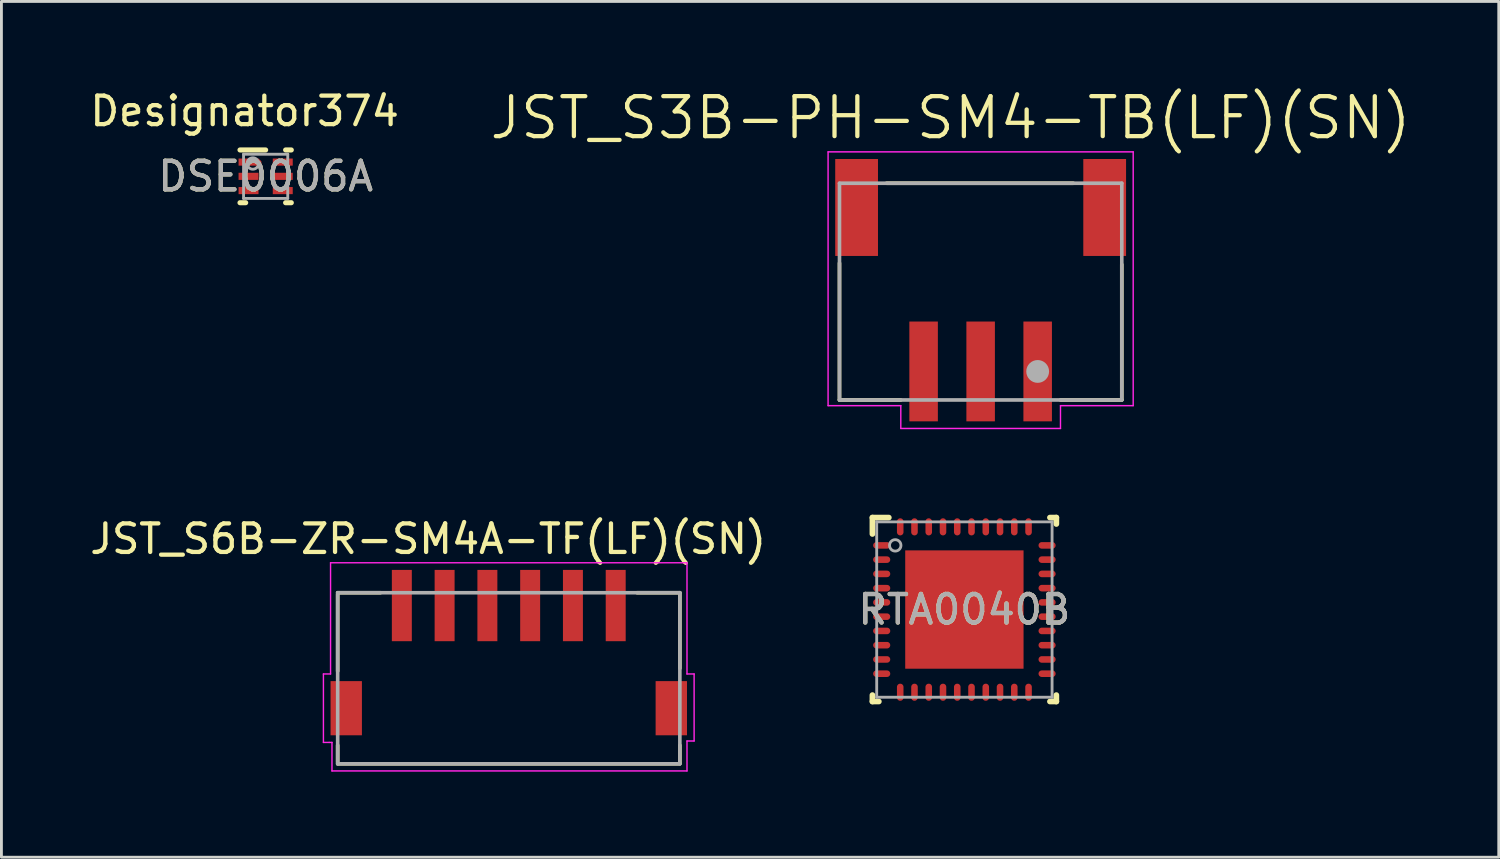
<source format=kicad_pcb>
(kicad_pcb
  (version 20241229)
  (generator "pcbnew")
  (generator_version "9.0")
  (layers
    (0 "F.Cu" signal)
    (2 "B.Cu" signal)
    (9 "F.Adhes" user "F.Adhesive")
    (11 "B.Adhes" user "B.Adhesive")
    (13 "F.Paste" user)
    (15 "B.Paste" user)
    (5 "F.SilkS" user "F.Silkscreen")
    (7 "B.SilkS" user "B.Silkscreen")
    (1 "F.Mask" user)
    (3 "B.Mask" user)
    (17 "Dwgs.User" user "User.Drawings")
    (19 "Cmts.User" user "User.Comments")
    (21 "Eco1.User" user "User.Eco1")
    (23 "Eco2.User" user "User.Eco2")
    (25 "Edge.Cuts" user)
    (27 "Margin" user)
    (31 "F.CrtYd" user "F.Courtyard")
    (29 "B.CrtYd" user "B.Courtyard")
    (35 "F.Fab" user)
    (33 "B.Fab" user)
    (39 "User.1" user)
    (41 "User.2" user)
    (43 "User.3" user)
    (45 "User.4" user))
  (footprint "JST_S3B-PH-SM4-TB(LF)(SN)"
    (layer "F.Cu")
    (at 31.34 9.976)
    (property "Reference" "JST_S3B-PH-SM4-TB(LF)(SN)" (at -1.055 -8.893 0) (layer "F.SilkS") (effects (font (size 1.401 1.401) (thickness 0.15))))
    (attr smd)
    (fp_line (start -4.95 -3.8) (end -4.95 1) (stroke (width 0.127) (type solid)) (layer "F.SilkS"))
    (fp_line (start -4.95 1) (end -2.8 1) (stroke (width 0.127) (type solid)) (layer "F.SilkS"))
    (fp_line (start -3.3 -6.6) (end 3.25 -6.6) (stroke (width 0.127) (type solid)) (layer "F.SilkS"))
    (fp_line (start 2.8 1) (end 4.95 1) (stroke (width 0.127) (type solid)) (layer "F.SilkS"))
    (fp_line (start 4.95 1) (end 4.95 -3.75) (stroke (width 0.127) (type solid)) (layer "F.SilkS"))
    (fp_line (start -5.35 -7.7) (end 5.35 -7.7) (stroke (width 0.05) (type solid)) (layer "F.CrtYd"))
    (fp_line (start -5.35 1.2) (end -5.35 -7.7) (stroke (width 0.05) (type solid)) (layer "F.CrtYd"))
    (fp_line (start -5.35 1.2) (end -2.8 1.2) (stroke (width 0.05) (type default)) (layer "F.CrtYd"))
    (fp_line (start -2.8 1.2) (end -2.8 2) (stroke (width 0.05) (type default)) (layer "F.CrtYd"))
    (fp_line (start 2.8 1.2) (end 2.8 2) (stroke (width 0.05) (type default)) (layer "F.CrtYd"))
    (fp_line (start 2.8 2) (end -2.8 2) (stroke (width 0.05) (type solid)) (layer "F.CrtYd"))
    (fp_line (start 5.35 -7.7) (end 5.35 1.2) (stroke (width 0.05) (type solid)) (layer "F.CrtYd"))
    (fp_line (start 5.35 1.2) (end 2.8 1.2) (stroke (width 0.05) (type default)) (layer "F.CrtYd"))
    (fp_line (start -4.95 -6.6) (end -4.95 1) (stroke (width 0.127) (type solid)) (layer "F.Fab"))
    (fp_line (start -4.95 1) (end 4.95 1) (stroke (width 0.127) (type solid)) (layer "F.Fab"))
    (fp_line (start 4.95 -6.6) (end -4.95 -6.6) (stroke (width 0.127) (type solid)) (layer "F.Fab"))
    (fp_line (start 4.95 1) (end 4.95 -6.6) (stroke (width 0.127) (type solid)) (layer "F.Fab"))
    (fp_circle (center 2 0) (end 2.2 0) (stroke (width 0.4) (type solid)) (fill no) (layer "F.Fab"))
    (pad "1" smd rect (at 2 0 180) (size 1 3.5) (layers "F.Cu" "F.Mask" "F.Paste"))
    (pad "2" smd rect (at 0 0 180) (size 1 3.5) (layers "F.Cu" "F.Mask" "F.Paste"))
    (pad "3" smd rect (at -2 0 180) (size 1 3.5) (layers "F.Cu" "F.Mask" "F.Paste"))
    (pad "P1" smd rect (at -4.35 -5.75) (size 1.5 3.4) (layers "F.Cu" "F.Mask" "F.Paste"))
    (pad "P2" smd rect (at 4.35 -5.75) (size 1.5 3.4) (layers "F.Cu" "F.Mask" "F.Paste")))
  (footprint "RTA0040B"
    (layer "F.Cu")
    (at 30.77 18.326)
    (property "Reference" "RTA0040B" (at 0 0 0) (unlocked yes) (layer "F.SilkS") (effects (font (size 1 1) (thickness 0.15))))
    (attr smd)
    (fp_line (start -3.225 -3.225) (end -2.65 -3.225) (stroke (width 0.2) (type solid)) (layer "F.SilkS"))
    (fp_line (start -3.225 -2.65) (end -3.225 -3.225) (stroke (width 0.2) (type solid)) (layer "F.SilkS"))
    (fp_line (start -3.225 3.225) (end -3.225 3) (stroke (width 0.2) (type solid)) (layer "F.SilkS"))
    (fp_line (start -3.225 3.225) (end -3 3.225) (stroke (width 0.2) (type solid)) (layer "F.SilkS"))
    (fp_line (start 3 -3.225) (end 3.225 -3.225) (stroke (width 0.2) (type solid)) (layer "F.SilkS"))
    (fp_line (start 3 3.225) (end 3.225 3.225) (stroke (width 0.2) (type solid)) (layer "F.SilkS"))
    (fp_line (start 3.225 -3) (end 3.225 -3.225) (stroke (width 0.2) (type solid)) (layer "F.SilkS"))
    (fp_line (start 3.225 3.225) (end 3.225 3) (stroke (width 0.2) (type solid)) (layer "F.SilkS"))
    (fp_poly (pts (xy -1.955 -0.785) (xy -0.785 -0.785) (xy -0.785 -1.955) (xy -1.955 -1.955)) (stroke (width 0) (type solid)) (fill yes) (layer "F.Paste"))
    (fp_poly (pts (xy -1.955 0.585) (xy -0.785 0.585) (xy -0.785 -0.585) (xy -1.955 -0.585)) (stroke (width 0) (type solid)) (fill yes) (layer "F.Paste"))
    (fp_poly (pts (xy -1.955 1.955) (xy -0.785 1.955) (xy -0.785 0.785) (xy -1.955 0.785)) (stroke (width 0) (type solid)) (fill yes) (layer "F.Paste"))
    (fp_poly (pts (xy -0.585 -0.785) (xy 0.585 -0.785) (xy 0.585 -1.955) (xy -0.585 -1.955)) (stroke (width 0) (type solid)) (fill yes) (layer "F.Paste"))
    (fp_poly (pts (xy -0.585 0.585) (xy 0.585 0.585) (xy 0.585 -0.585) (xy -0.585 -0.585)) (stroke (width 0) (type solid)) (fill yes) (layer "F.Paste"))
    (fp_poly (pts (xy -0.585 1.955) (xy 0.585 1.955) (xy 0.585 0.785) (xy -0.585 0.785)) (stroke (width 0) (type solid)) (fill yes) (layer "F.Paste"))
    (fp_poly (pts (xy 0.785 -0.785) (xy 1.955 -0.785) (xy 1.955 -1.955) (xy 0.785 -1.955)) (stroke (width 0) (type solid)) (fill yes) (layer "F.Paste"))
    (fp_poly (pts (xy 0.785 0.585) (xy 1.955 0.585) (xy 1.955 -0.585) (xy 0.785 -0.585)) (stroke (width 0) (type solid)) (fill yes) (layer "F.Paste"))
    (fp_poly (pts (xy 0.785 1.955) (xy 1.955 1.955) (xy 1.955 0.785) (xy 0.785 0.785)) (stroke (width 0) (type solid)) (fill yes) (layer "F.Paste"))
    (fp_line (start -3.075 -3.075) (end 3.075 -3.075) (stroke (width 0.1) (type solid)) (layer "F.Fab"))
    (fp_line (start -3.075 3.075) (end -3.075 -3.075) (stroke (width 0.1) (type solid)) (layer "F.Fab"))
    (fp_line (start -3.075 3.075) (end 3.075 3.075) (stroke (width 0.1) (type solid)) (layer "F.Fab"))
    (fp_line (start 3.075 3.075) (end 3.075 -3.075) (stroke (width 0.1) (type solid)) (layer "F.Fab"))
    (fp_circle (center -2.425 -2.25) (end -2.225 -2.25) (stroke (width 0.1) (type solid)) (fill no) (layer "F.Fab"))
    (fp_text user "${REFERENCE}" (at 0 0 0) (unlocked yes) (layer "F.Fab") (effects (font (size 1 1) (thickness 0.15))))
    (pad "1" smd oval (at -2.9 -2.25 90) (size 0.23 0.6) (layers "F.Cu" "F.Mask" "F.Paste"))
    (pad "2" smd oval (at -2.9 -1.75 90) (size 0.23 0.6) (layers "F.Cu" "F.Mask" "F.Paste"))
    (pad "3" smd oval (at -2.9 -1.25 90) (size 0.23 0.6) (layers "F.Cu" "F.Mask" "F.Paste"))
    (pad "4" smd oval (at -2.9 -0.75 90) (size 0.23 0.6) (layers "F.Cu" "F.Mask" "F.Paste"))
    (pad "5" smd oval (at -2.9 -0.25 90) (size 0.23 0.6) (layers "F.Cu" "F.Mask" "F.Paste"))
    (pad "6" smd oval (at -2.9 0.25 90) (size 0.23 0.6) (layers "F.Cu" "F.Mask" "F.Paste"))
    (pad "7" smd oval (at -2.9 0.75 90) (size 0.23 0.6) (layers "F.Cu" "F.Mask" "F.Paste"))
    (pad "8" smd oval (at -2.9 1.25 90) (size 0.23 0.6) (layers "F.Cu" "F.Mask" "F.Paste"))
    (pad "9" smd oval (at -2.9 1.75 90) (size 0.23 0.6) (layers "F.Cu" "F.Mask" "F.Paste"))
    (pad "10" smd oval (at -2.9 2.25 90) (size 0.23 0.6) (layers "F.Cu" "F.Mask" "F.Paste"))
    (pad "11" smd oval (at -2.25 2.9) (size 0.23 0.6) (layers "F.Cu" "F.Mask" "F.Paste"))
    (pad "12" smd oval (at -1.75 2.9) (size 0.23 0.6) (layers "F.Cu" "F.Mask" "F.Paste"))
    (pad "13" smd oval (at -1.25 2.9) (size 0.23 0.6) (layers "F.Cu" "F.Mask" "F.Paste"))
    (pad "14" smd oval (at -0.75 2.9) (size 0.23 0.6) (layers "F.Cu" "F.Mask" "F.Paste"))
    (pad "15" smd oval (at -0.25 2.9) (size 0.23 0.6) (layers "F.Cu" "F.Mask" "F.Paste"))
    (pad "16" smd oval (at 0.25 2.9) (size 0.23 0.6) (layers "F.Cu" "F.Mask" "F.Paste"))
    (pad "17" smd oval (at 0.75 2.9) (size 0.23 0.6) (layers "F.Cu" "F.Mask" "F.Paste"))
    (pad "18" smd oval (at 1.25 2.9) (size 0.23 0.6) (layers "F.Cu" "F.Mask" "F.Paste"))
    (pad "19" smd oval (at 1.75 2.9) (size 0.23 0.6) (layers "F.Cu" "F.Mask" "F.Paste"))
    (pad "20" smd oval (at 2.25 2.9) (size 0.23 0.6) (layers "F.Cu" "F.Mask" "F.Paste"))
    (pad "21" smd oval (at 2.9 2.25 90) (size 0.23 0.6) (layers "F.Cu" "F.Mask" "F.Paste"))
    (pad "22" smd oval (at 2.9 1.75 90) (size 0.23 0.6) (layers "F.Cu" "F.Mask" "F.Paste"))
    (pad "23" smd oval (at 2.9 1.25 90) (size 0.23 0.6) (layers "F.Cu" "F.Mask" "F.Paste"))
    (pad "24" smd oval (at 2.9 0.75 90) (size 0.23 0.6) (layers "F.Cu" "F.Mask" "F.Paste"))
    (pad "25" smd oval (at 2.9 0.25 90) (size 0.23 0.6) (layers "F.Cu" "F.Mask" "F.Paste"))
    (pad "26" smd oval (at 2.9 -0.25 90) (size 0.23 0.6) (layers "F.Cu" "F.Mask" "F.Paste"))
    (pad "27" smd oval (at 2.9 -0.75 90) (size 0.23 0.6) (layers "F.Cu" "F.Mask" "F.Paste"))
    (pad "28" smd oval (at 2.9 -1.25 90) (size 0.23 0.6) (layers "F.Cu" "F.Mask" "F.Paste"))
    (pad "29" smd oval (at 2.9 -1.75 90) (size 0.23 0.6) (layers "F.Cu" "F.Mask" "F.Paste"))
    (pad "30" smd oval (at 2.9 -2.25 90) (size 0.23 0.6) (layers "F.Cu" "F.Mask" "F.Paste"))
    (pad "31" smd oval (at 2.25 -2.9) (size 0.23 0.6) (layers "F.Cu" "F.Mask" "F.Paste"))
    (pad "32" smd oval (at 1.75 -2.9) (size 0.23 0.6) (layers "F.Cu" "F.Mask" "F.Paste"))
    (pad "33" smd oval (at 1.25 -2.9) (size 0.23 0.6) (layers "F.Cu" "F.Mask" "F.Paste"))
    (pad "34" smd oval (at 0.75 -2.9) (size 0.23 0.6) (layers "F.Cu" "F.Mask" "F.Paste"))
    (pad "35" smd oval (at 0.25 -2.9) (size 0.23 0.6) (layers "F.Cu" "F.Mask" "F.Paste"))
    (pad "36" smd oval (at -0.25 -2.9) (size 0.23 0.6) (layers "F.Cu" "F.Mask" "F.Paste"))
    (pad "37" smd oval (at -0.75 -2.9) (size 0.23 0.6) (layers "F.Cu" "F.Mask" "F.Paste"))
    (pad "38" smd oval (at -1.25 -2.9) (size 0.23 0.6) (layers "F.Cu" "F.Mask" "F.Paste"))
    (pad "39" smd oval (at -1.75 -2.9) (size 0.23 0.6) (layers "F.Cu" "F.Mask" "F.Paste"))
    (pad "40" smd oval (at -2.25 -2.9) (size 0.23 0.6) (layers "F.Cu" "F.Mask" "F.Paste"))
    (pad "41" smd rect (at 0 0) (size 4.15 4.15) (layers "F.Cu" "F.Mask")))
  (footprint "JST_S6B-ZR-SM4A-TF(LF)(SN)"
    (layer "F.Cu")
    (at 14.792 18.186)
    (property "Reference" "JST_S6B-ZR-SM4A-TF(LF)(SN)" (at -2.827 -2.336 0) (layer "F.SilkS") (effects (font (size 1.001 1.001) (thickness 0.15))))
    (attr smd)
    (fp_line (start -6 -0.45) (end -4.5 -0.45) (stroke (width 0.127) (type solid)) (layer "F.SilkS"))
    (fp_line (start -6 -0.4) (end -6 2.3) (stroke (width 0.127) (type solid)) (layer "F.SilkS"))
    (fp_line (start -6 5.5) (end -6 4.9) (stroke (width 0.127) (type solid)) (layer "F.SilkS"))
    (fp_line (start 6 -0.45) (end 4.5 -0.45) (stroke (width 0.127) (type solid)) (layer "F.SilkS"))
    (fp_line (start 6 -0.4) (end 6 2.2) (stroke (width 0.127) (type solid)) (layer "F.SilkS"))
    (fp_line (start 6 5.5) (end 6 4.9) (stroke (width 0.127) (type solid)) (layer "F.SilkS"))
    (fp_line (start 6 5.55) (end -6 5.55) (stroke (width 0.127) (type solid)) (layer "F.SilkS"))
    (fp_line (start -6.5 2.4) (end -6.5 4.8) (stroke (width 0.05) (type solid)) (layer "F.CrtYd"))
    (fp_line (start -6.5 4.8) (end -6.3 4.8) (stroke (width 0.05) (type solid)) (layer "F.CrtYd"))
    (fp_line (start -6.3 4.8) (end -6.2 4.8) (stroke (width 0.05) (type solid)) (layer "F.CrtYd"))
    (fp_line (start -6.25 -1.5) (end -6.25 2.4) (stroke (width 0.05) (type solid)) (layer "F.CrtYd"))
    (fp_line (start -6.25 -1.5) (end 6.25 -1.5) (stroke (width 0.05) (type solid)) (layer "F.CrtYd"))
    (fp_line (start -6.25 2.4) (end -6.5 2.4) (stroke (width 0.05) (type solid)) (layer "F.CrtYd"))
    (fp_line (start -6.2 4.8) (end -6.2 5.8) (stroke (width 0.05) (type solid)) (layer "F.CrtYd"))
    (fp_line (start 6.25 -1.5) (end 6.25 2.4) (stroke (width 0.05) (type solid)) (layer "F.CrtYd"))
    (fp_line (start 6.25 2.4) (end 6.5 2.4) (stroke (width 0.05) (type solid)) (layer "F.CrtYd"))
    (fp_line (start 6.25 4.75) (end 6.25 5.8) (stroke (width 0.05) (type solid)) (layer "F.CrtYd"))
    (fp_line (start 6.25 5.8) (end -6.2 5.8) (stroke (width 0.05) (type solid)) (layer "F.CrtYd"))
    (fp_line (start 6.5 2.4) (end 6.5 4.75) (stroke (width 0.05) (type solid)) (layer "F.CrtYd"))
    (fp_line (start 6.5 4.75) (end 6.25 4.75) (stroke (width 0.05) (type solid)) (layer "F.CrtYd"))
    (fp_line (start -6 -0.45) (end 6 -0.45) (stroke (width 0.127) (type solid)) (layer "F.Fab"))
    (fp_line (start -6 5.55) (end -6 -0.45) (stroke (width 0.127) (type solid)) (layer "F.Fab"))
    (fp_line (start 6 -0.45) (end 6 5.55) (stroke (width 0.127) (type solid)) (layer "F.Fab"))
    (fp_line (start 6 5.55) (end -6 5.55) (stroke (width 0.127) (type solid)) (layer "F.Fab"))
    (pad "1" smd rect (at -3.75 0) (size 0.7 2.5) (layers "F.Cu" "F.Mask" "F.Paste"))
    (pad "2" smd rect (at -2.25 0) (size 0.7 2.5) (layers "F.Cu" "F.Mask" "F.Paste"))
    (pad "3" smd rect (at -0.75 0) (size 0.7 2.5) (layers "F.Cu" "F.Mask" "F.Paste"))
    (pad "4" smd rect (at 0.75 0) (size 0.7 2.5) (layers "F.Cu" "F.Mask" "F.Paste"))
    (pad "5" smd rect (at 2.25 0) (size 0.7 2.5) (layers "F.Cu" "F.Mask" "F.Paste"))
    (pad "6" smd rect (at 3.75 0) (size 0.7 2.5) (layers "F.Cu" "F.Mask" "F.Paste"))
    (pad "SH1" smd rect (at -5.7 3.6) (size 1.1 1.9) (layers "F.Cu" "F.Mask" "F.Paste"))
    (pad "SH2" smd rect (at 5.7 3.6) (size 1.1 1.9) (layers "F.Cu" "F.Mask" "F.Paste")))
  (footprint "DSE0006A"
    (layer "F.Cu")
    (at 6.266 3.134)
    (property "Reference" "DSE0006A" (at 0 0 0) (unlocked yes) (layer "F.SilkS") (effects (font (size 1 1) (thickness 0.15))))
    (attr smd)
    (fp_poly (pts (xy -0.3 -0.625) (xy -0.25 -0.625) (xy -0.15 -0.525) (xy -0.15 -0.375) (xy -0.3 -0.375)) (stroke (width 0) (type solid)) (fill yes) (layer "F.Cu"))
    (fp_line (start -0.9 -0.925) (end 0 -0.925) (stroke (width 0.178) (type solid)) (layer "F.SilkS"))
    (fp_line (start -0.9 0.925) (end -0.7 0.925) (stroke (width 0.178) (type solid)) (layer "F.SilkS"))
    (fp_line (start 0.7 -0.925) (end 0.9 -0.925) (stroke (width 0.178) (type solid)) (layer "F.SilkS"))
    (fp_line (start 0.7 0.925) (end 0.9 0.925) (stroke (width 0.178) (type solid)) (layer "F.SilkS"))
    (fp_line (start -0.775 -0.775) (end 0.775 -0.775) (stroke (width 0.1) (type solid)) (layer "F.Fab"))
    (fp_line (start -0.775 0.775) (end -0.775 -0.775) (stroke (width 0.1) (type solid)) (layer "F.Fab"))
    (fp_line (start -0.775 0.775) (end 0.775 0.775) (stroke (width 0.1) (type solid)) (layer "F.Fab"))
    (fp_line (start 0.775 0.775) (end 0.775 -0.775) (stroke (width 0.1) (type solid)) (layer "F.Fab"))
    (fp_circle (center -0.45 -0.45) (end -0.25 -0.45) (stroke (width 0.1) (type solid)) (fill no) (layer "F.Fab"))
    (fp_text user "Designator374" (at -0.737 -2.286 0) (unlocked yes) (layer "F.SilkS") (effects (font (size 1 1) (thickness 0.15))))
    (fp_text user "${REFERENCE}" (at 0 0 0) (unlocked yes) (layer "F.Fab") (effects (font (size 1 1) (thickness 0.15))))
    (pad "1" smd rect (at -0.62 -0.5) (size 0.66 0.25) (layers "F.Cu" "F.Mask" "F.Paste"))
    (pad "2" smd rect (at -0.6 0) (size 0.7 0.25) (layers "F.Cu" "F.Mask" "F.Paste"))
    (pad "3" smd rect (at -0.6 0.5) (size 0.7 0.25) (layers "F.Cu" "F.Mask" "F.Paste"))
    (pad "4" smd rect (at 0.6 0.5) (size 0.7 0.25) (layers "F.Cu" "F.Mask" "F.Paste"))
    (pad "5" smd rect (at 0.6 0) (size 0.7 0.25) (layers "F.Cu" "F.Mask" "F.Paste"))
    (pad "6" smd rect (at 0.6 -0.5) (size 0.7 0.25) (layers "F.Cu" "F.Mask" "F.Paste")))
  (gr_rect
    (start -3 -3)
    (end 49.51 27.011)
    (stroke (width 0.1) (type default))
    (fill no)
    (layer "Edge.Cuts")))
</source>
